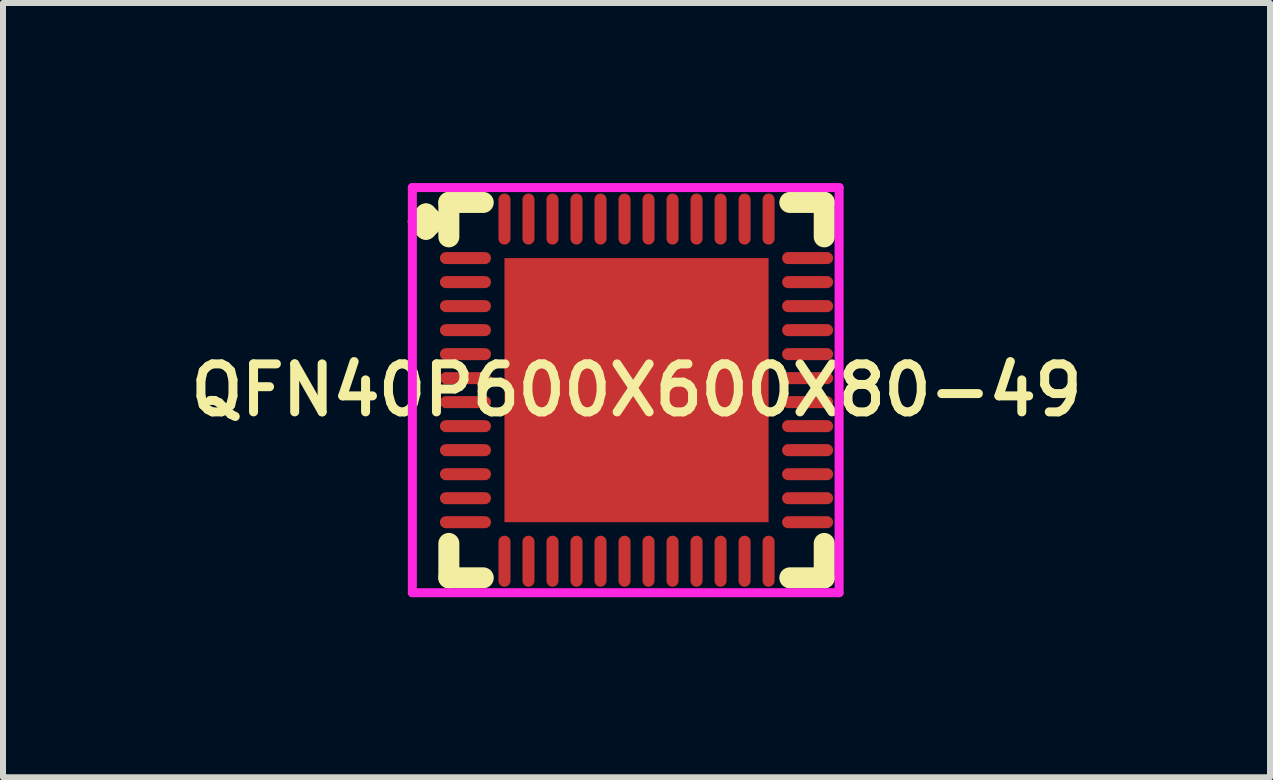
<source format=kicad_pcb>
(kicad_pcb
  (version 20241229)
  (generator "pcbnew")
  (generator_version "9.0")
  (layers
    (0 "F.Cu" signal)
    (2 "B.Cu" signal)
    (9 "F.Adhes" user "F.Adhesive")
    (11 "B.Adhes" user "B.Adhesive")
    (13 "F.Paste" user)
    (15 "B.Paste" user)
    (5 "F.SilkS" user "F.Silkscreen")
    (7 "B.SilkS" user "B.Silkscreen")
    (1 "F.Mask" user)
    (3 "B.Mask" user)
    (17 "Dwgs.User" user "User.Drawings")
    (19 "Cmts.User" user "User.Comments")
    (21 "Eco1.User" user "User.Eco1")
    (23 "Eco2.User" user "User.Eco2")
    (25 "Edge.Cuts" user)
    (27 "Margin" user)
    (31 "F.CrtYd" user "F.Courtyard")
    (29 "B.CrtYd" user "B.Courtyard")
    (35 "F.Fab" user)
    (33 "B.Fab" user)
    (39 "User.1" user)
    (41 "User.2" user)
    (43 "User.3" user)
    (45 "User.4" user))
  (footprint "QFN40P600X600X80-49"
    (layer "F.Cu")
    (at 7.555 3.45)
    (property "Reference" "QFN40P600X600X80-49" (at 0 0 0) (layer "F.SilkS") (effects (font (size 0.8 0.8) (thickness 0.15))))
    (attr smd)
    (fp_line (start -3.635 -2.808) (end -3.508 -2.935) (stroke (width 0.35) (type solid)) (layer "F.SilkS"))
    (fp_line (start -3.508 -2.935) (end -3.381 -2.808) (stroke (width 0.35) (type solid)) (layer "F.SilkS"))
    (fp_line (start -3.508 -2.681) (end -3.635 -2.808) (stroke (width 0.35) (type solid)) (layer "F.SilkS"))
    (fp_line (start -3.381 -2.808) (end -3.508 -2.681) (stroke (width 0.35) (type solid)) (layer "F.SilkS"))
    (fp_line (start -3.127 -3.127) (end -2.554 -3.127) (stroke (width 0.35) (type solid)) (layer "F.SilkS"))
    (fp_line (start -3.127 -2.554) (end -3.127 -3.127) (stroke (width 0.35) (type solid)) (layer "F.SilkS"))
    (fp_line (start -3.127 2.554) (end -3.127 3.127) (stroke (width 0.35) (type solid)) (layer "F.SilkS"))
    (fp_line (start -3.127 3.127) (end -2.554 3.127) (stroke (width 0.35) (type solid)) (layer "F.SilkS"))
    (fp_line (start 2.554 -3.127) (end 3.127 -3.127) (stroke (width 0.35) (type solid)) (layer "F.SilkS"))
    (fp_line (start 2.554 3.127) (end 3.127 3.127) (stroke (width 0.35) (type solid)) (layer "F.SilkS"))
    (fp_line (start 3.127 -3.127) (end 3.127 -2.554) (stroke (width 0.35) (type solid)) (layer "F.SilkS"))
    (fp_line (start 3.127 3.127) (end 3.127 2.554) (stroke (width 0.35) (type solid)) (layer "F.SilkS"))
    (fp_line (start -3.735 -3.375) (end 3.375 -3.375) (stroke (width 0.15) (type solid)) (layer "F.CrtYd"))
    (fp_line (start -3.735 3.375) (end -3.735 -3.375) (stroke (width 0.15) (type solid)) (layer "F.CrtYd"))
    (fp_line (start 3.375 -3.375) (end 3.375 3.375) (stroke (width 0.15) (type solid)) (layer "F.CrtYd"))
    (fp_line (start 3.375 3.375) (end -3.735 3.375) (stroke (width 0.15) (type solid)) (layer "F.CrtYd"))
    (pad "1" smd oval (at -2.85 -2.2) (size 0.85 0.2) (layers "F.Cu" "F.Mask" "F.Paste"))
    (pad "2" smd oval (at -2.85 -1.8) (size 0.85 0.2) (layers "F.Cu" "F.Mask" "F.Paste"))
    (pad "3" smd oval (at -2.85 -1.4) (size 0.85 0.2) (layers "F.Cu" "F.Mask" "F.Paste"))
    (pad "4" smd oval (at -2.85 -1) (size 0.85 0.2) (layers "F.Cu" "F.Mask" "F.Paste"))
    (pad "5" smd oval (at -2.85 -0.6) (size 0.85 0.2) (layers "F.Cu" "F.Mask" "F.Paste"))
    (pad "6" smd oval (at -2.85 -0.2) (size 0.85 0.2) (layers "F.Cu" "F.Mask" "F.Paste"))
    (pad "7" smd oval (at -2.85 0.2) (size 0.85 0.2) (layers "F.Cu" "F.Mask" "F.Paste"))
    (pad "8" smd oval (at -2.85 0.6) (size 0.85 0.2) (layers "F.Cu" "F.Mask" "F.Paste"))
    (pad "9" smd oval (at -2.85 1) (size 0.85 0.2) (layers "F.Cu" "F.Mask" "F.Paste"))
    (pad "10" smd oval (at -2.85 1.4) (size 0.85 0.2) (layers "F.Cu" "F.Mask" "F.Paste"))
    (pad "11" smd oval (at -2.85 1.8) (size 0.85 0.2) (layers "F.Cu" "F.Mask" "F.Paste"))
    (pad "12" smd oval (at -2.85 2.2) (size 0.85 0.2) (layers "F.Cu" "F.Mask" "F.Paste"))
    (pad "13" smd oval (at -2.2 2.85) (size 0.2 0.85) (layers "F.Cu" "F.Mask" "F.Paste"))
    (pad "14" smd oval (at -1.8 2.85) (size 0.2 0.85) (layers "F.Cu" "F.Mask" "F.Paste"))
    (pad "15" smd oval (at -1.4 2.85) (size 0.2 0.85) (layers "F.Cu" "F.Mask" "F.Paste"))
    (pad "16" smd oval (at -1 2.85) (size 0.2 0.85) (layers "F.Cu" "F.Mask" "F.Paste"))
    (pad "17" smd oval (at -0.6 2.85) (size 0.2 0.85) (layers "F.Cu" "F.Mask" "F.Paste"))
    (pad "18" smd oval (at -0.2 2.85) (size 0.2 0.85) (layers "F.Cu" "F.Mask" "F.Paste"))
    (pad "19" smd oval (at 0.2 2.85) (size 0.2 0.85) (layers "F.Cu" "F.Mask" "F.Paste"))
    (pad "20" smd oval (at 0.6 2.85) (size 0.2 0.85) (layers "F.Cu" "F.Mask" "F.Paste"))
    (pad "21" smd oval (at 1 2.85) (size 0.2 0.85) (layers "F.Cu" "F.Mask" "F.Paste"))
    (pad "22" smd oval (at 1.4 2.85) (size 0.2 0.85) (layers "F.Cu" "F.Mask" "F.Paste"))
    (pad "23" smd oval (at 1.8 2.85) (size 0.2 0.85) (layers "F.Cu" "F.Mask" "F.Paste"))
    (pad "24" smd oval (at 2.2 2.85) (size 0.2 0.85) (layers "F.Cu" "F.Mask" "F.Paste"))
    (pad "25" smd oval (at 2.85 2.2) (size 0.85 0.2) (layers "F.Cu" "F.Mask" "F.Paste"))
    (pad "26" smd oval (at 2.85 1.8) (size 0.85 0.2) (layers "F.Cu" "F.Mask" "F.Paste"))
    (pad "27" smd oval (at 2.85 1.4) (size 0.85 0.2) (layers "F.Cu" "F.Mask" "F.Paste"))
    (pad "28" smd oval (at 2.85 1) (size 0.85 0.2) (layers "F.Cu" "F.Mask" "F.Paste"))
    (pad "29" smd oval (at 2.85 0.6) (size 0.85 0.2) (layers "F.Cu" "F.Mask" "F.Paste"))
    (pad "30" smd oval (at 2.85 0.2) (size 0.85 0.2) (layers "F.Cu" "F.Mask" "F.Paste"))
    (pad "31" smd oval (at 2.85 -0.2) (size 0.85 0.2) (layers "F.Cu" "F.Mask" "F.Paste"))
    (pad "32" smd oval (at 2.85 -0.6) (size 0.85 0.2) (layers "F.Cu" "F.Mask" "F.Paste"))
    (pad "33" smd oval (at 2.85 -1) (size 0.85 0.2) (layers "F.Cu" "F.Mask" "F.Paste"))
    (pad "34" smd oval (at 2.85 -1.4) (size 0.85 0.2) (layers "F.Cu" "F.Mask" "F.Paste"))
    (pad "35" smd oval (at 2.85 -1.8) (size 0.85 0.2) (layers "F.Cu" "F.Mask" "F.Paste"))
    (pad "36" smd oval (at 2.85 -2.2) (size 0.85 0.2) (layers "F.Cu" "F.Mask" "F.Paste"))
    (pad "37" smd oval (at 2.2 -2.85) (size 0.2 0.85) (layers "F.Cu" "F.Mask" "F.Paste"))
    (pad "38" smd oval (at 1.8 -2.85) (size 0.2 0.85) (layers "F.Cu" "F.Mask" "F.Paste"))
    (pad "39" smd oval (at 1.4 -2.85) (size 0.2 0.85) (layers "F.Cu" "F.Mask" "F.Paste"))
    (pad "40" smd oval (at 1 -2.85) (size 0.2 0.85) (layers "F.Cu" "F.Mask" "F.Paste"))
    (pad "41" smd oval (at 0.6 -2.85) (size 0.2 0.85) (layers "F.Cu" "F.Mask" "F.Paste"))
    (pad "42" smd oval (at 0.2 -2.85) (size 0.2 0.85) (layers "F.Cu" "F.Mask" "F.Paste"))
    (pad "43" smd oval (at -0.2 -2.85) (size 0.2 0.85) (layers "F.Cu" "F.Mask" "F.Paste"))
    (pad "44" smd oval (at -0.6 -2.85) (size 0.2 0.85) (layers "F.Cu" "F.Mask" "F.Paste"))
    (pad "45" smd oval (at -1 -2.85) (size 0.2 0.85) (layers "F.Cu" "F.Mask" "F.Paste"))
    (pad "46" smd oval (at -1.4 -2.85) (size 0.2 0.85) (layers "F.Cu" "F.Mask" "F.Paste"))
    (pad "47" smd oval (at -1.8 -2.85) (size 0.2 0.85) (layers "F.Cu" "F.Mask" "F.Paste"))
    (pad "48" smd oval (at -2.2 -2.85) (size 0.2 0.85) (layers "F.Cu" "F.Mask" "F.Paste"))
    (pad "49" smd rect (at 0 0) (size 4.4 4.4) (layers "F.Cu" "F.Mask" "F.Paste")))
  (gr_rect
    (start -3 -3)
    (end 18.109 9.9)
    (stroke (width 0.1) (type default))
    (fill no)
    (layer "Edge.Cuts")))
</source>
